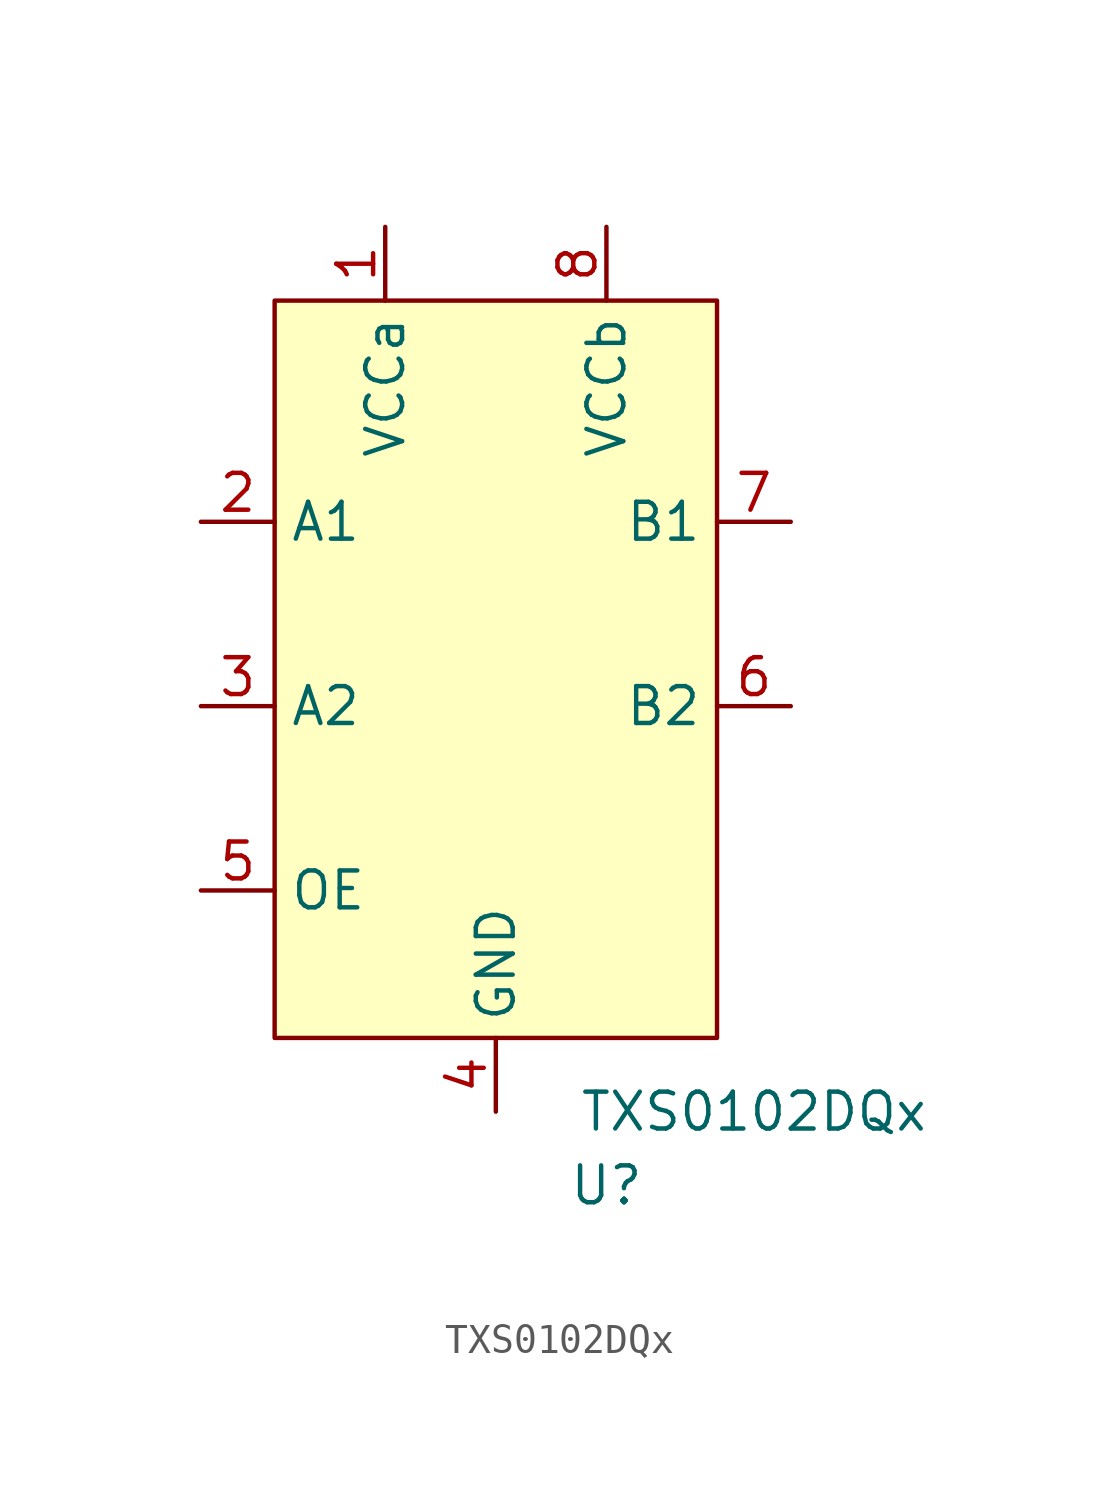
<source format=kicad_sym>
(kicad_symbol_lib
  (version 20211014)
  (generator kicad_symbol_editor)
  (symbol "TXS0102DQx"
    (property "Reference" "U"
      (at 3.81 -17.78 0)
      (effects (font (size 1.27 1.27))))
    (property "Value" "TXS0102DQx"
      (at 8.89 -15.24 0)
      (effects (font (size 1.27 1.27))))
    (symbol "TXS0102DQx_0_1"
      (rectangle (start -7.62 12.7) (end 7.62 -12.7) (stroke (width 0) (type default) (color 0 0 0 0)) (fill (type background))))
    (symbol "TXS0102DQx_1_1"
      (pin power_in line (at -3.81 15.24 270) (length 2.54) (name "VCCa" (effects (font (size 1.27 1.27)))) (number "1" (effects (font (size 1.27 1.27)))))
      (pin bidirectional line (at -10.16 5.08 0) (length 2.54) (name "A1" (effects (font (size 1.27 1.27)))) (number "2" (effects (font (size 1.27 1.27)))))
      (pin bidirectional line (at -10.16 -1.27 0) (length 2.54) (name "A2" (effects (font (size 1.27 1.27)))) (number "3" (effects (font (size 1.27 1.27)))))
      (pin power_out line (at 0 -15.24 90) (length 2.54) (name "GND" (effects (font (size 1.27 1.27)))) (number "4" (effects (font (size 1.27 1.27)))))
      (pin input line (at -10.16 -7.62 0) (length 2.54) (name "OE" (effects (font (size 1.27 1.27)))) (number "5" (effects (font (size 1.27 1.27)))))
      (pin bidirectional line (at 10.16 -1.27 180) (length 2.54) (name "B2" (effects (font (size 1.27 1.27)))) (number "6" (effects (font (size 1.27 1.27)))))
      (pin bidirectional line (at 10.16 5.08 180) (length 2.54) (name "B1" (effects (font (size 1.27 1.27)))) (number "7" (effects (font (size 1.27 1.27)))))
      (pin power_in line (at 3.81 15.24 270) (length 2.54) (name "VCCb" (effects (font (size 1.27 1.27)))) (number "8" (effects (font (size 1.27 1.27))))))))
</source>
